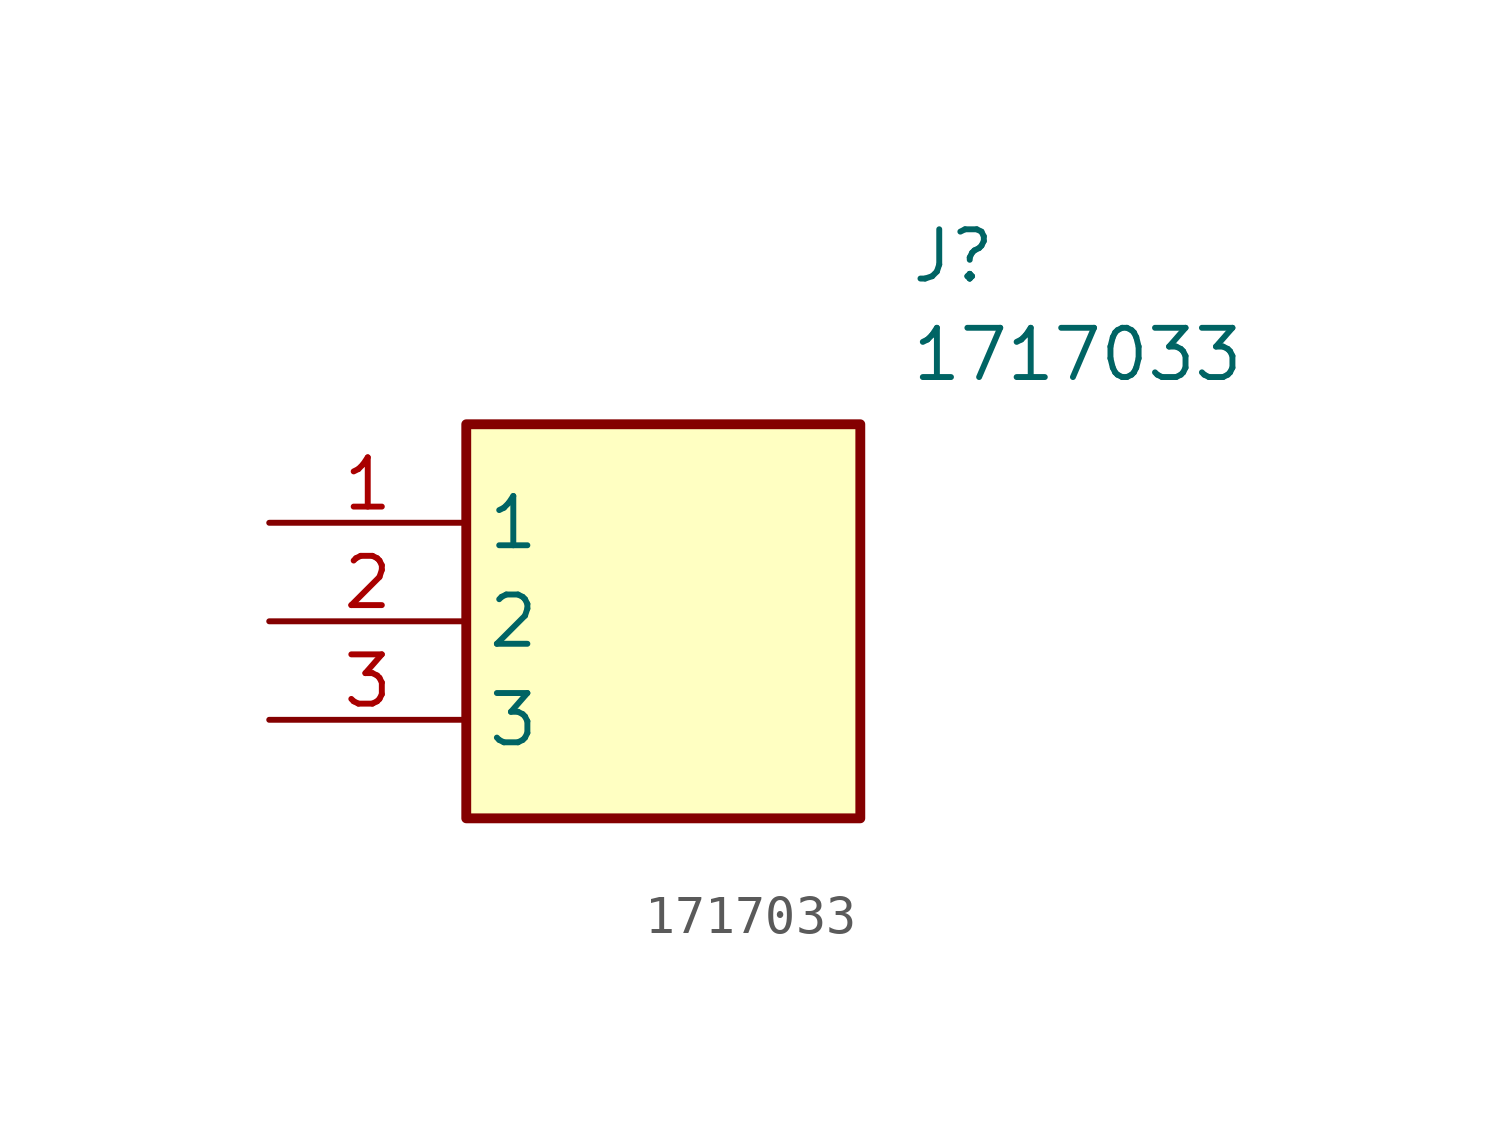
<source format=kicad_sym>
(kicad_symbol_lib
  (version 20211014)
  (generator SamacSys_ECAD_Model)
  (symbol "1717033"
    (property "Reference" "J"
      (at 16.51 7.62 0)
      (effects (font (size 1.27 1.27)) (justify left top)))
    (property "Value" "1717033"
      (at 16.51 5.08 0)
      (effects (font (size 1.27 1.27)) (justify left top)))
    (rectangle
      (start 5.08 2.54)
      (end 15.24 -7.62)
      (stroke (width 0.254) (type default))
      (fill (type background)))
    (pin passive line
      (at 0 0 0)
      (length 5.08)
      (name "1" (effects (font (size 1.27 1.27))))
      (number "1" (effects (font (size 1.27 1.27)))))
    (pin passive line
      (at 0 -2.54 0)
      (length 5.08)
      (name "2" (effects (font (size 1.27 1.27))))
      (number "2" (effects (font (size 1.27 1.27)))))
    (pin passive line
      (at 0 -5.08 0)
      (length 5.08)
      (name "3" (effects (font (size 1.27 1.27))))
      (number "3" (effects (font (size 1.27 1.27)))))))
</source>
